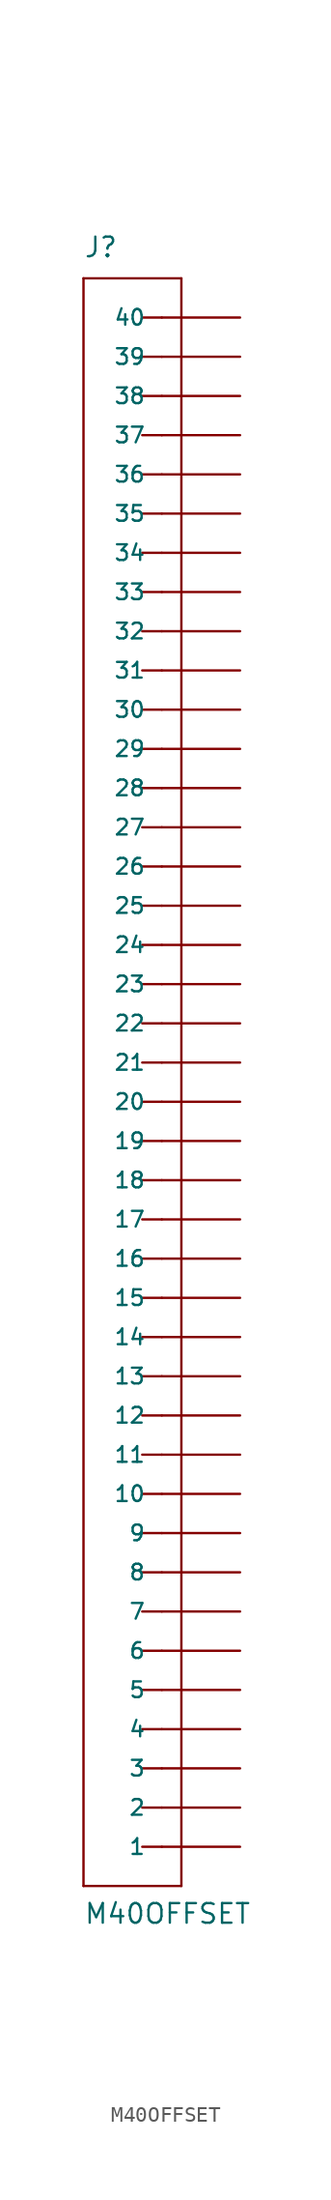
<source format=kicad_sym>
(kicad_symbol_lib
  (version 20211014)
  (generator kicad_symbol_editor)
  (symbol "M40OFFSET"
    (pin_numbers hide)
    (pin_names
      (offset 1.016))
    (property "Reference" "J"
      (at 0 57.15 0)
      (effects (font (size 1.27 1.27)) (justify left bottom)))
    (property "Value" "M40OFFSET"
      (at 0 -50.8 0)
      (effects (font (size 1.27 1.27)) (justify left bottom)))
    (property "Datasheet" ""
      (at 0 0 0)
      (effects (font (size 1.524 1.524))))
    (property "ki_locked" ""
      (at 0 0 0)
      (effects (font (size 1.27 1.27))))
    (symbol "M40OFFSET_1_0"
      (polyline (pts (xy 0 55.88) (xy 0 -48.26)) (stroke (width 0) (type default) (color 0 0 0 0)) (fill (type none)))
      (polyline (pts (xy 0 55.88) (xy 6.35 55.88)) (stroke (width 0) (type default) (color 0 0 0 0)) (fill (type none)))
      (polyline (pts (xy 3.81 -45.72) (xy 5.08 -45.72)) (stroke (width 0) (type default) (color 0 0 0 0)) (fill (type none)))
      (polyline (pts (xy 3.81 -43.18) (xy 5.08 -43.18)) (stroke (width 0) (type default) (color 0 0 0 0)) (fill (type none)))
      (polyline (pts (xy 3.81 -40.64) (xy 5.08 -40.64)) (stroke (width 0) (type default) (color 0 0 0 0)) (fill (type none)))
      (polyline (pts (xy 3.81 -38.1) (xy 5.08 -38.1)) (stroke (width 0) (type default) (color 0 0 0 0)) (fill (type none)))
      (polyline (pts (xy 3.81 -35.56) (xy 5.08 -35.56)) (stroke (width 0) (type default) (color 0 0 0 0)) (fill (type none)))
      (polyline (pts (xy 3.81 -33.02) (xy 5.08 -33.02)) (stroke (width 0) (type default) (color 0 0 0 0)) (fill (type none)))
      (polyline (pts (xy 3.81 -30.48) (xy 5.08 -30.48)) (stroke (width 0) (type default) (color 0 0 0 0)) (fill (type none)))
      (polyline (pts (xy 3.81 -27.94) (xy 5.08 -27.94)) (stroke (width 0) (type default) (color 0 0 0 0)) (fill (type none)))
      (polyline (pts (xy 3.81 -25.4) (xy 5.08 -25.4)) (stroke (width 0) (type default) (color 0 0 0 0)) (fill (type none)))
      (polyline (pts (xy 3.81 -22.86) (xy 5.08 -22.86)) (stroke (width 0) (type default) (color 0 0 0 0)) (fill (type none)))
      (polyline (pts (xy 3.81 -20.32) (xy 5.08 -20.32)) (stroke (width 0) (type default) (color 0 0 0 0)) (fill (type none)))
      (polyline (pts (xy 3.81 -17.78) (xy 5.08 -17.78)) (stroke (width 0) (type default) (color 0 0 0 0)) (fill (type none)))
      (polyline (pts (xy 3.81 -15.24) (xy 5.08 -15.24)) (stroke (width 0) (type default) (color 0 0 0 0)) (fill (type none)))
      (polyline (pts (xy 3.81 -12.7) (xy 5.08 -12.7)) (stroke (width 0) (type default) (color 0 0 0 0)) (fill (type none)))
      (polyline (pts (xy 3.81 -10.16) (xy 5.08 -10.16)) (stroke (width 0) (type default) (color 0 0 0 0)) (fill (type none)))
      (polyline (pts (xy 3.81 -7.62) (xy 5.08 -7.62)) (stroke (width 0) (type default) (color 0 0 0 0)) (fill (type none)))
      (polyline (pts (xy 3.81 -5.08) (xy 5.08 -5.08)) (stroke (width 0) (type default) (color 0 0 0 0)) (fill (type none)))
      (polyline (pts (xy 3.81 -2.54) (xy 5.08 -2.54)) (stroke (width 0) (type default) (color 0 0 0 0)) (fill (type none)))
      (polyline (pts (xy 3.81 0) (xy 5.08 0)) (stroke (width 0) (type default) (color 0 0 0 0)) (fill (type none)))
      (polyline (pts (xy 3.81 2.54) (xy 5.08 2.54)) (stroke (width 0) (type default) (color 0 0 0 0)) (fill (type none)))
      (polyline (pts (xy 3.81 5.08) (xy 5.08 5.08)) (stroke (width 0) (type default) (color 0 0 0 0)) (fill (type none)))
      (polyline (pts (xy 3.81 7.62) (xy 5.08 7.62)) (stroke (width 0) (type default) (color 0 0 0 0)) (fill (type none)))
      (polyline (pts (xy 3.81 10.16) (xy 5.08 10.16)) (stroke (width 0) (type default) (color 0 0 0 0)) (fill (type none)))
      (polyline (pts (xy 3.81 12.7) (xy 5.08 12.7)) (stroke (width 0) (type default) (color 0 0 0 0)) (fill (type none)))
      (polyline (pts (xy 3.81 15.24) (xy 5.08 15.24)) (stroke (width 0) (type default) (color 0 0 0 0)) (fill (type none)))
      (polyline (pts (xy 3.81 17.78) (xy 5.08 17.78)) (stroke (width 0) (type default) (color 0 0 0 0)) (fill (type none)))
      (polyline (pts (xy 3.81 20.32) (xy 5.08 20.32)) (stroke (width 0) (type default) (color 0 0 0 0)) (fill (type none)))
      (polyline (pts (xy 3.81 22.86) (xy 5.08 22.86)) (stroke (width 0) (type default) (color 0 0 0 0)) (fill (type none)))
      (polyline (pts (xy 3.81 25.4) (xy 5.08 25.4)) (stroke (width 0) (type default) (color 0 0 0 0)) (fill (type none)))
      (polyline (pts (xy 3.81 27.94) (xy 5.08 27.94)) (stroke (width 0) (type default) (color 0 0 0 0)) (fill (type none)))
      (polyline (pts (xy 3.81 30.48) (xy 5.08 30.48)) (stroke (width 0) (type default) (color 0 0 0 0)) (fill (type none)))
      (polyline (pts (xy 3.81 33.02) (xy 5.08 33.02)) (stroke (width 0) (type default) (color 0 0 0 0)) (fill (type none)))
      (polyline (pts (xy 3.81 35.56) (xy 5.08 35.56)) (stroke (width 0) (type default) (color 0 0 0 0)) (fill (type none)))
      (polyline (pts (xy 3.81 38.1) (xy 5.08 38.1)) (stroke (width 0) (type default) (color 0 0 0 0)) (fill (type none)))
      (polyline (pts (xy 3.81 40.64) (xy 5.08 40.64)) (stroke (width 0) (type default) (color 0 0 0 0)) (fill (type none)))
      (polyline (pts (xy 3.81 43.18) (xy 5.08 43.18)) (stroke (width 0) (type default) (color 0 0 0 0)) (fill (type none)))
      (polyline (pts (xy 3.81 45.72) (xy 5.08 45.72)) (stroke (width 0) (type default) (color 0 0 0 0)) (fill (type none)))
      (polyline (pts (xy 3.81 48.26) (xy 5.08 48.26)) (stroke (width 0) (type default) (color 0 0 0 0)) (fill (type none)))
      (polyline (pts (xy 3.81 50.8) (xy 5.08 50.8)) (stroke (width 0) (type default) (color 0 0 0 0)) (fill (type none)))
      (polyline (pts (xy 3.81 53.34) (xy 5.08 53.34)) (stroke (width 0) (type default) (color 0 0 0 0)) (fill (type none)))
      (polyline (pts (xy 6.35 -48.26) (xy 0 -48.26)) (stroke (width 0) (type default) (color 0 0 0 0)) (fill (type none)))
      (polyline (pts (xy 6.35 -48.26) (xy 6.35 55.88)) (stroke (width 0) (type default) (color 0 0 0 0)) (fill (type none))))
    (symbol "M40OFFSET_1_1"
      (pin passive line (at 10.16 -45.72 180) (length 5.08) (name "1" (effects (font (size 1.016 1.016)))) (number "1" (effects (font (size 1.016 1.016)))))
      (pin passive line (at 10.16 -22.86 180) (length 5.08) (name "10" (effects (font (size 1.016 1.016)))) (number "10" (effects (font (size 1.016 1.016)))))
      (pin passive line (at 10.16 -20.32 180) (length 5.08) (name "11" (effects (font (size 1.016 1.016)))) (number "11" (effects (font (size 1.016 1.016)))))
      (pin passive line (at 10.16 -17.78 180) (length 5.08) (name "12" (effects (font (size 1.016 1.016)))) (number "12" (effects (font (size 1.016 1.016)))))
      (pin passive line (at 10.16 -15.24 180) (length 5.08) (name "13" (effects (font (size 1.016 1.016)))) (number "13" (effects (font (size 1.016 1.016)))))
      (pin passive line (at 10.16 -12.7 180) (length 5.08) (name "14" (effects (font (size 1.016 1.016)))) (number "14" (effects (font (size 1.016 1.016)))))
      (pin passive line (at 10.16 -10.16 180) (length 5.08) (name "15" (effects (font (size 1.016 1.016)))) (number "15" (effects (font (size 1.016 1.016)))))
      (pin passive line (at 10.16 -7.62 180) (length 5.08) (name "16" (effects (font (size 1.016 1.016)))) (number "16" (effects (font (size 1.016 1.016)))))
      (pin passive line (at 10.16 -5.08 180) (length 5.08) (name "17" (effects (font (size 1.016 1.016)))) (number "17" (effects (font (size 1.016 1.016)))))
      (pin passive line (at 10.16 -2.54 180) (length 5.08) (name "18" (effects (font (size 1.016 1.016)))) (number "18" (effects (font (size 1.016 1.016)))))
      (pin passive line (at 10.16 0 180) (length 5.08) (name "19" (effects (font (size 1.016 1.016)))) (number "19" (effects (font (size 1.016 1.016)))))
      (pin passive line (at 10.16 -43.18 180) (length 5.08) (name "2" (effects (font (size 1.016 1.016)))) (number "2" (effects (font (size 1.016 1.016)))))
      (pin passive line (at 10.16 2.54 180) (length 5.08) (name "20" (effects (font (size 1.016 1.016)))) (number "20" (effects (font (size 1.016 1.016)))))
      (pin passive line (at 10.16 5.08 180) (length 5.08) (name "21" (effects (font (size 1.016 1.016)))) (number "21" (effects (font (size 1.016 1.016)))))
      (pin passive line (at 10.16 7.62 180) (length 5.08) (name "22" (effects (font (size 1.016 1.016)))) (number "22" (effects (font (size 1.016 1.016)))))
      (pin passive line (at 10.16 10.16 180) (length 5.08) (name "23" (effects (font (size 1.016 1.016)))) (number "23" (effects (font (size 1.016 1.016)))))
      (pin passive line (at 10.16 12.7 180) (length 5.08) (name "24" (effects (font (size 1.016 1.016)))) (number "24" (effects (font (size 1.016 1.016)))))
      (pin passive line (at 10.16 15.24 180) (length 5.08) (name "25" (effects (font (size 1.016 1.016)))) (number "25" (effects (font (size 1.016 1.016)))))
      (pin passive line (at 10.16 17.78 180) (length 5.08) (name "26" (effects (font (size 1.016 1.016)))) (number "26" (effects (font (size 1.016 1.016)))))
      (pin passive line (at 10.16 20.32 180) (length 5.08) (name "27" (effects (font (size 1.016 1.016)))) (number "27" (effects (font (size 1.016 1.016)))))
      (pin passive line (at 10.16 22.86 180) (length 5.08) (name "28" (effects (font (size 1.016 1.016)))) (number "28" (effects (font (size 1.016 1.016)))))
      (pin passive line (at 10.16 25.4 180) (length 5.08) (name "29" (effects (font (size 1.016 1.016)))) (number "29" (effects (font (size 1.016 1.016)))))
      (pin passive line (at 10.16 -40.64 180) (length 5.08) (name "3" (effects (font (size 1.016 1.016)))) (number "3" (effects (font (size 1.016 1.016)))))
      (pin passive line (at 10.16 27.94 180) (length 5.08) (name "30" (effects (font (size 1.016 1.016)))) (number "30" (effects (font (size 1.016 1.016)))))
      (pin passive line (at 10.16 30.48 180) (length 5.08) (name "31" (effects (font (size 1.016 1.016)))) (number "31" (effects (font (size 1.016 1.016)))))
      (pin passive line (at 10.16 33.02 180) (length 5.08) (name "32" (effects (font (size 1.016 1.016)))) (number "32" (effects (font (size 1.016 1.016)))))
      (pin passive line (at 10.16 35.56 180) (length 5.08) (name "33" (effects (font (size 1.016 1.016)))) (number "33" (effects (font (size 1.016 1.016)))))
      (pin passive line (at 10.16 38.1 180) (length 5.08) (name "34" (effects (font (size 1.016 1.016)))) (number "34" (effects (font (size 1.016 1.016)))))
      (pin passive line (at 10.16 40.64 180) (length 5.08) (name "35" (effects (font (size 1.016 1.016)))) (number "35" (effects (font (size 1.016 1.016)))))
      (pin passive line (at 10.16 43.18 180) (length 5.08) (name "36" (effects (font (size 1.016 1.016)))) (number "36" (effects (font (size 1.016 1.016)))))
      (pin passive line (at 10.16 45.72 180) (length 5.08) (name "37" (effects (font (size 1.016 1.016)))) (number "37" (effects (font (size 1.016 1.016)))))
      (pin passive line (at 10.16 48.26 180) (length 5.08) (name "38" (effects (font (size 1.016 1.016)))) (number "38" (effects (font (size 1.016 1.016)))))
      (pin passive line (at 10.16 50.8 180) (length 5.08) (name "39" (effects (font (size 1.016 1.016)))) (number "39" (effects (font (size 1.016 1.016)))))
      (pin passive line (at 10.16 -38.1 180) (length 5.08) (name "4" (effects (font (size 1.016 1.016)))) (number "4" (effects (font (size 1.016 1.016)))))
      (pin passive line (at 10.16 53.34 180) (length 5.08) (name "40" (effects (font (size 1.016 1.016)))) (number "40" (effects (font (size 1.016 1.016)))))
      (pin passive line (at 10.16 -35.56 180) (length 5.08) (name "5" (effects (font (size 1.016 1.016)))) (number "5" (effects (font (size 1.016 1.016)))))
      (pin passive line (at 10.16 -33.02 180) (length 5.08) (name "6" (effects (font (size 1.016 1.016)))) (number "6" (effects (font (size 1.016 1.016)))))
      (pin passive line (at 10.16 -30.48 180) (length 5.08) (name "7" (effects (font (size 1.016 1.016)))) (number "7" (effects (font (size 1.016 1.016)))))
      (pin passive line (at 10.16 -27.94 180) (length 5.08) (name "8" (effects (font (size 1.016 1.016)))) (number "8" (effects (font (size 1.016 1.016)))))
      (pin passive line (at 10.16 -25.4 180) (length 5.08) (name "9" (effects (font (size 1.016 1.016)))) (number "9" (effects (font (size 1.016 1.016))))))))
</source>
